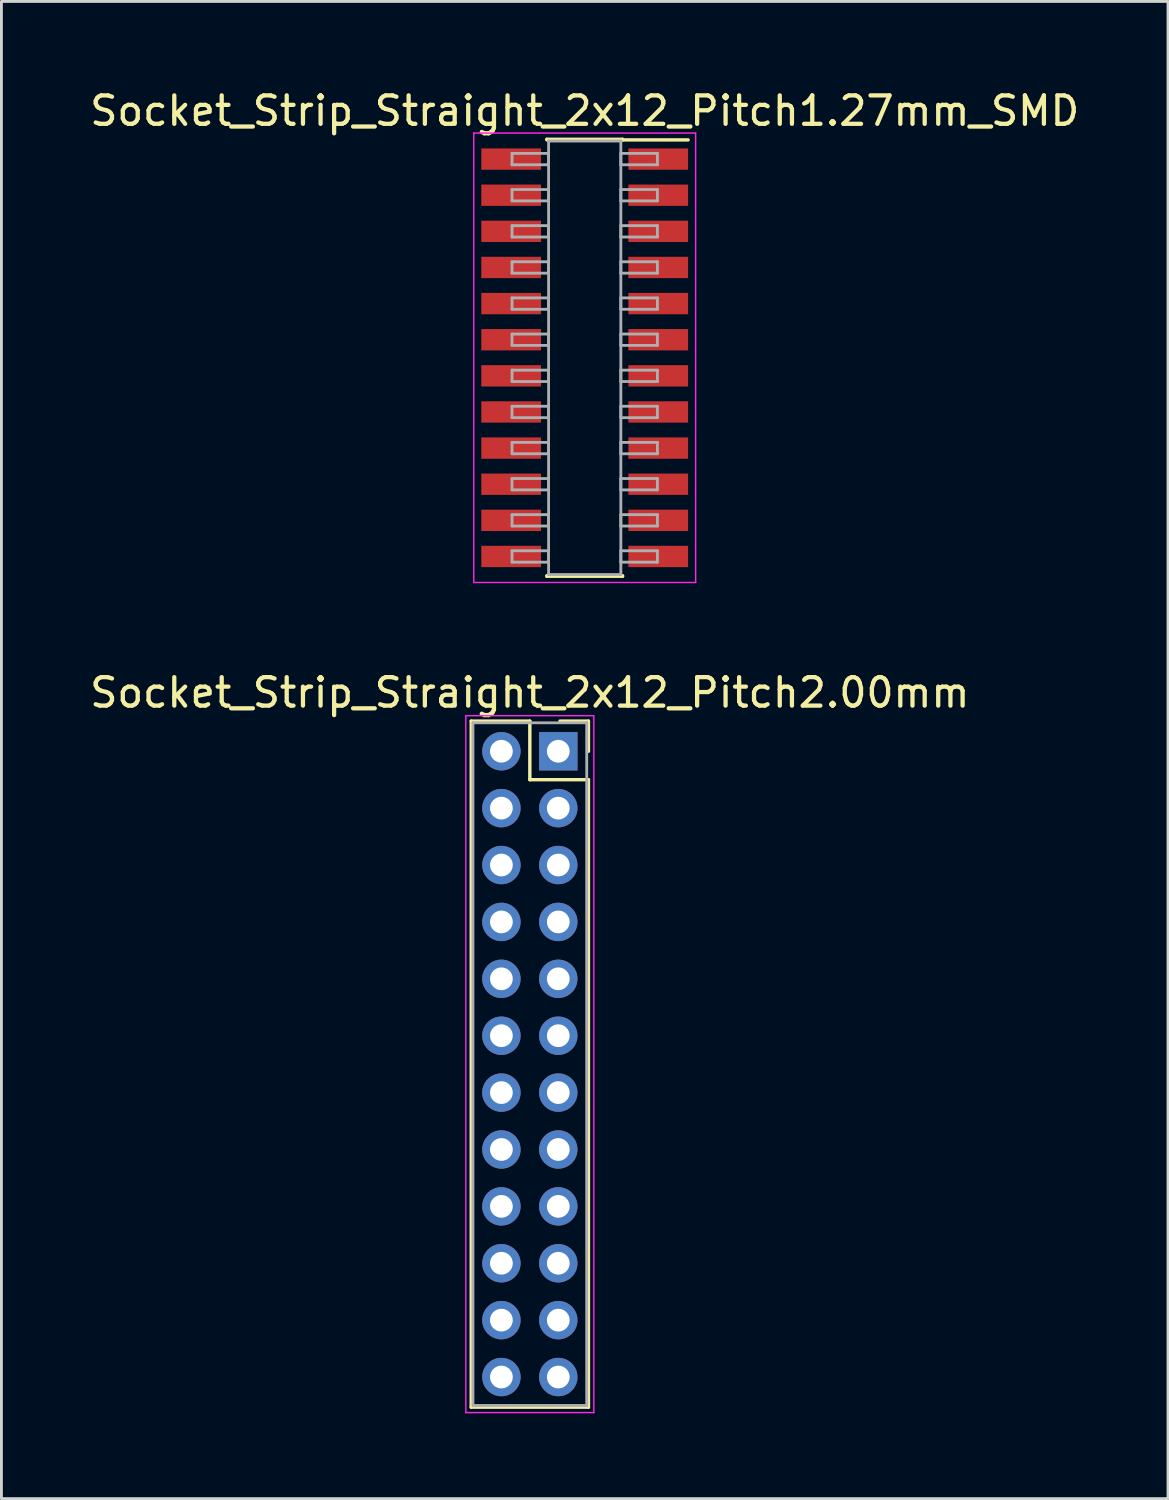
<source format=kicad_pcb>
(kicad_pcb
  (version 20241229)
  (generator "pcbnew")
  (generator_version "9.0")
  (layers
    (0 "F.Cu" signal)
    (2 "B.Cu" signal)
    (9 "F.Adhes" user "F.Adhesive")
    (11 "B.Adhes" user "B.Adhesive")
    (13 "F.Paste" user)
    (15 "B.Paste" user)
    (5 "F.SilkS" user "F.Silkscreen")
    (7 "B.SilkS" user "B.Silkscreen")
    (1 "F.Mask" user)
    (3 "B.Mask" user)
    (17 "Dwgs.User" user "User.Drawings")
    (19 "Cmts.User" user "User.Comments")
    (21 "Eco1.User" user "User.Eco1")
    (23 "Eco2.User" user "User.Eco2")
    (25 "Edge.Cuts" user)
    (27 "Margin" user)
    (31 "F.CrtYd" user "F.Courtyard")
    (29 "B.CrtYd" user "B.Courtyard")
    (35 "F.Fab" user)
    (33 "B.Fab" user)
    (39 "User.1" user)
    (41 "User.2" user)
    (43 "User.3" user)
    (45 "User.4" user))
  (footprint "Socket_Strip_Straight_2x12_Pitch2.00mm"
    (layer "F.Cu")
    (at 16.577 23.361)
    (property "Reference" "Socket_Strip_Straight_2x12_Pitch2.00mm" (at -1 -2.06 0) (layer "F.SilkS") (effects (font (size 1 1) (thickness 0.15))))
    (attr through_hole)
    (fp_line (start -3.06 -1.06) (end -1 -1.06) (stroke (width 0.12) (type solid)) (layer "F.SilkS"))
    (fp_line (start -3.06 23.06) (end -3.06 -1.06) (stroke (width 0.12) (type solid)) (layer "F.SilkS"))
    (fp_line (start -1 -1.06) (end -1 1) (stroke (width 0.12) (type solid)) (layer "F.SilkS"))
    (fp_line (start -1 1) (end 1.06 1) (stroke (width 0.12) (type solid)) (layer "F.SilkS"))
    (fp_line (start 1.06 -1.06) (end 0.06 -1.06) (stroke (width 0.12) (type solid)) (layer "F.SilkS"))
    (fp_line (start 1.06 0) (end 1.06 -1.06) (stroke (width 0.12) (type solid)) (layer "F.SilkS"))
    (fp_line (start 1.06 1) (end 1.06 23.06) (stroke (width 0.12) (type solid)) (layer "F.SilkS"))
    (fp_line (start 1.06 23.06) (end -3.06 23.06) (stroke (width 0.12) (type solid)) (layer "F.SilkS"))
    (fp_line (start -3.25 -1.25) (end -3.25 23.25) (stroke (width 0.05) (type solid)) (layer "F.CrtYd"))
    (fp_line (start -3.25 23.25) (end 1.25 23.25) (stroke (width 0.05) (type solid)) (layer "F.CrtYd"))
    (fp_line (start 1.25 -1.25) (end -3.25 -1.25) (stroke (width 0.05) (type solid)) (layer "F.CrtYd"))
    (fp_line (start 1.25 23.25) (end 1.25 -1.25) (stroke (width 0.05) (type solid)) (layer "F.CrtYd"))
    (fp_line (start -3 -1) (end -3 23) (stroke (width 0.1) (type solid)) (layer "F.Fab"))
    (fp_line (start -3 23) (end 1 23) (stroke (width 0.1) (type solid)) (layer "F.Fab"))
    (fp_line (start 1 -1) (end -3 -1) (stroke (width 0.1) (type solid)) (layer "F.Fab"))
    (fp_line (start 1 23) (end 1 -1) (stroke (width 0.1) (type solid)) (layer "F.Fab"))
    (pad "1" thru_hole rect (at 0 0) (size 1.35 1.35) (drill 0.8) (layers "*.Cu" "*.Mask"))
    (pad "2" thru_hole oval (at -2 0) (size 1.35 1.35) (drill 0.8) (layers "*.Cu" "*.Mask"))
    (pad "3" thru_hole oval (at 0 2) (size 1.35 1.35) (drill 0.8) (layers "*.Cu" "*.Mask"))
    (pad "4" thru_hole oval (at -2 2) (size 1.35 1.35) (drill 0.8) (layers "*.Cu" "*.Mask"))
    (pad "5" thru_hole oval (at 0 4) (size 1.35 1.35) (drill 0.8) (layers "*.Cu" "*.Mask"))
    (pad "6" thru_hole oval (at -2 4) (size 1.35 1.35) (drill 0.8) (layers "*.Cu" "*.Mask"))
    (pad "7" thru_hole oval (at 0 6) (size 1.35 1.35) (drill 0.8) (layers "*.Cu" "*.Mask"))
    (pad "8" thru_hole oval (at -2 6) (size 1.35 1.35) (drill 0.8) (layers "*.Cu" "*.Mask"))
    (pad "9" thru_hole oval (at 0 8) (size 1.35 1.35) (drill 0.8) (layers "*.Cu" "*.Mask"))
    (pad "10" thru_hole oval (at -2 8) (size 1.35 1.35) (drill 0.8) (layers "*.Cu" "*.Mask"))
    (pad "11" thru_hole oval (at 0 10) (size 1.35 1.35) (drill 0.8) (layers "*.Cu" "*.Mask"))
    (pad "12" thru_hole oval (at -2 10) (size 1.35 1.35) (drill 0.8) (layers "*.Cu" "*.Mask"))
    (pad "13" thru_hole oval (at 0 12) (size 1.35 1.35) (drill 0.8) (layers "*.Cu" "*.Mask"))
    (pad "14" thru_hole oval (at -2 12) (size 1.35 1.35) (drill 0.8) (layers "*.Cu" "*.Mask"))
    (pad "15" thru_hole oval (at 0 14) (size 1.35 1.35) (drill 0.8) (layers "*.Cu" "*.Mask"))
    (pad "16" thru_hole oval (at -2 14) (size 1.35 1.35) (drill 0.8) (layers "*.Cu" "*.Mask"))
    (pad "17" thru_hole oval (at 0 16) (size 1.35 1.35) (drill 0.8) (layers "*.Cu" "*.Mask"))
    (pad "18" thru_hole oval (at -2 16) (size 1.35 1.35) (drill 0.8) (layers "*.Cu" "*.Mask"))
    (pad "19" thru_hole oval (at 0 18) (size 1.35 1.35) (drill 0.8) (layers "*.Cu" "*.Mask"))
    (pad "20" thru_hole oval (at -2 18) (size 1.35 1.35) (drill 0.8) (layers "*.Cu" "*.Mask"))
    (pad "21" thru_hole oval (at 0 20) (size 1.35 1.35) (drill 0.8) (layers "*.Cu" "*.Mask"))
    (pad "22" thru_hole oval (at -2 20) (size 1.35 1.35) (drill 0.8) (layers "*.Cu" "*.Mask"))
    (pad "23" thru_hole oval (at 0 22) (size 1.35 1.35) (drill 0.8) (layers "*.Cu" "*.Mask"))
    (pad "24" thru_hole oval (at -2 22) (size 1.35 1.35) (drill 0.8) (layers "*.Cu" "*.Mask")))
  (footprint "Socket_Strip_Straight_2x12_Pitch1.27mm_SMD"
    (layer "F.Cu")
    (at 17.506 9.528)
    (property "Reference" "Socket_Strip_Straight_2x12_Pitch1.27mm_SMD" (at 0 -8.68 0) (layer "F.SilkS") (effects (font (size 1 1) (thickness 0.15))))
    (attr smd)
    (fp_line (start -1.33 -7.68) (end 1.33 -7.68) (stroke (width 0.12) (type solid)) (layer "F.SilkS"))
    (fp_line (start -1.33 -7.66) (end -1.33 -7.68) (stroke (width 0.12) (type solid)) (layer "F.SilkS"))
    (fp_line (start -1.33 7.66) (end -1.33 7.68) (stroke (width 0.12) (type solid)) (layer "F.SilkS"))
    (fp_line (start -1.33 7.68) (end 1.33 7.68) (stroke (width 0.12) (type solid)) (layer "F.SilkS"))
    (fp_line (start 1.33 -7.68) (end 1.33 -7.66) (stroke (width 0.12) (type solid)) (layer "F.SilkS"))
    (fp_line (start 1.33 7.68) (end 1.33 7.66) (stroke (width 0.12) (type solid)) (layer "F.SilkS"))
    (fp_line (start 3.635 -7.66) (end 1.33 -7.66) (stroke (width 0.12) (type solid)) (layer "F.SilkS"))
    (fp_line (start -3.9 -7.9) (end -3.9 7.9) (stroke (width 0.05) (type solid)) (layer "F.CrtYd"))
    (fp_line (start -3.9 7.9) (end 3.9 7.9) (stroke (width 0.05) (type solid)) (layer "F.CrtYd"))
    (fp_line (start 3.9 -7.9) (end -3.9 -7.9) (stroke (width 0.05) (type solid)) (layer "F.CrtYd"))
    (fp_line (start 3.9 7.9) (end 3.9 -7.9) (stroke (width 0.05) (type solid)) (layer "F.CrtYd"))
    (fp_line (start -2.555 -7.185) (end -1.27 -7.185) (stroke (width 0.1) (type solid)) (layer "F.Fab"))
    (fp_line (start -2.555 -6.785) (end -2.555 -7.185) (stroke (width 0.1) (type solid)) (layer "F.Fab"))
    (fp_line (start -2.555 -5.915) (end -1.27 -5.915) (stroke (width 0.1) (type solid)) (layer "F.Fab"))
    (fp_line (start -2.555 -5.515) (end -2.555 -5.915) (stroke (width 0.1) (type solid)) (layer "F.Fab"))
    (fp_line (start -2.555 -4.645) (end -1.27 -4.645) (stroke (width 0.1) (type solid)) (layer "F.Fab"))
    (fp_line (start -2.555 -4.245) (end -2.555 -4.645) (stroke (width 0.1) (type solid)) (layer "F.Fab"))
    (fp_line (start -2.555 -3.375) (end -1.27 -3.375) (stroke (width 0.1) (type solid)) (layer "F.Fab"))
    (fp_line (start -2.555 -2.975) (end -2.555 -3.375) (stroke (width 0.1) (type solid)) (layer "F.Fab"))
    (fp_line (start -2.555 -2.105) (end -1.27 -2.105) (stroke (width 0.1) (type solid)) (layer "F.Fab"))
    (fp_line (start -2.555 -1.705) (end -2.555 -2.105) (stroke (width 0.1) (type solid)) (layer "F.Fab"))
    (fp_line (start -2.555 -0.835) (end -1.27 -0.835) (stroke (width 0.1) (type solid)) (layer "F.Fab"))
    (fp_line (start -2.555 -0.435) (end -2.555 -0.835) (stroke (width 0.1) (type solid)) (layer "F.Fab"))
    (fp_line (start -2.555 0.435) (end -1.27 0.435) (stroke (width 0.1) (type solid)) (layer "F.Fab"))
    (fp_line (start -2.555 0.835) (end -2.555 0.435) (stroke (width 0.1) (type solid)) (layer "F.Fab"))
    (fp_line (start -2.555 1.705) (end -1.27 1.705) (stroke (width 0.1) (type solid)) (layer "F.Fab"))
    (fp_line (start -2.555 2.105) (end -2.555 1.705) (stroke (width 0.1) (type solid)) (layer "F.Fab"))
    (fp_line (start -2.555 2.975) (end -1.27 2.975) (stroke (width 0.1) (type solid)) (layer "F.Fab"))
    (fp_line (start -2.555 3.375) (end -2.555 2.975) (stroke (width 0.1) (type solid)) (layer "F.Fab"))
    (fp_line (start -2.555 4.245) (end -1.27 4.245) (stroke (width 0.1) (type solid)) (layer "F.Fab"))
    (fp_line (start -2.555 4.645) (end -2.555 4.245) (stroke (width 0.1) (type solid)) (layer "F.Fab"))
    (fp_line (start -2.555 5.515) (end -1.27 5.515) (stroke (width 0.1) (type solid)) (layer "F.Fab"))
    (fp_line (start -2.555 5.915) (end -2.555 5.515) (stroke (width 0.1) (type solid)) (layer "F.Fab"))
    (fp_line (start -2.555 6.785) (end -1.27 6.785) (stroke (width 0.1) (type solid)) (layer "F.Fab"))
    (fp_line (start -2.555 7.185) (end -2.555 6.785) (stroke (width 0.1) (type solid)) (layer "F.Fab"))
    (fp_line (start -1.27 -7.62) (end -1.27 7.62) (stroke (width 0.1) (type solid)) (layer "F.Fab"))
    (fp_line (start -1.27 -7.185) (end -1.27 -6.785) (stroke (width 0.1) (type solid)) (layer "F.Fab"))
    (fp_line (start -1.27 -6.785) (end -2.555 -6.785) (stroke (width 0.1) (type solid)) (layer "F.Fab"))
    (fp_line (start -1.27 -5.915) (end -1.27 -5.515) (stroke (width 0.1) (type solid)) (layer "F.Fab"))
    (fp_line (start -1.27 -5.515) (end -2.555 -5.515) (stroke (width 0.1) (type solid)) (layer "F.Fab"))
    (fp_line (start -1.27 -4.645) (end -1.27 -4.245) (stroke (width 0.1) (type solid)) (layer "F.Fab"))
    (fp_line (start -1.27 -4.245) (end -2.555 -4.245) (stroke (width 0.1) (type solid)) (layer "F.Fab"))
    (fp_line (start -1.27 -3.375) (end -1.27 -2.975) (stroke (width 0.1) (type solid)) (layer "F.Fab"))
    (fp_line (start -1.27 -2.975) (end -2.555 -2.975) (stroke (width 0.1) (type solid)) (layer "F.Fab"))
    (fp_line (start -1.27 -2.105) (end -1.27 -1.705) (stroke (width 0.1) (type solid)) (layer "F.Fab"))
    (fp_line (start -1.27 -1.705) (end -2.555 -1.705) (stroke (width 0.1) (type solid)) (layer "F.Fab"))
    (fp_line (start -1.27 -0.835) (end -1.27 -0.435) (stroke (width 0.1) (type solid)) (layer "F.Fab"))
    (fp_line (start -1.27 -0.435) (end -2.555 -0.435) (stroke (width 0.1) (type solid)) (layer "F.Fab"))
    (fp_line (start -1.27 0.435) (end -1.27 0.835) (stroke (width 0.1) (type solid)) (layer "F.Fab"))
    (fp_line (start -1.27 0.835) (end -2.555 0.835) (stroke (width 0.1) (type solid)) (layer "F.Fab"))
    (fp_line (start -1.27 1.705) (end -1.27 2.105) (stroke (width 0.1) (type solid)) (layer "F.Fab"))
    (fp_line (start -1.27 2.105) (end -2.555 2.105) (stroke (width 0.1) (type solid)) (layer "F.Fab"))
    (fp_line (start -1.27 2.975) (end -1.27 3.375) (stroke (width 0.1) (type solid)) (layer "F.Fab"))
    (fp_line (start -1.27 3.375) (end -2.555 3.375) (stroke (width 0.1) (type solid)) (layer "F.Fab"))
    (fp_line (start -1.27 4.245) (end -1.27 4.645) (stroke (width 0.1) (type solid)) (layer "F.Fab"))
    (fp_line (start -1.27 4.645) (end -2.555 4.645) (stroke (width 0.1) (type solid)) (layer "F.Fab"))
    (fp_line (start -1.27 5.515) (end -1.27 5.915) (stroke (width 0.1) (type solid)) (layer "F.Fab"))
    (fp_line (start -1.27 5.915) (end -2.555 5.915) (stroke (width 0.1) (type solid)) (layer "F.Fab"))
    (fp_line (start -1.27 6.785) (end -1.27 7.185) (stroke (width 0.1) (type solid)) (layer "F.Fab"))
    (fp_line (start -1.27 7.185) (end -2.555 7.185) (stroke (width 0.1) (type solid)) (layer "F.Fab"))
    (fp_line (start -1.27 7.62) (end 1.27 7.62) (stroke (width 0.1) (type solid)) (layer "F.Fab"))
    (fp_line (start 1.27 -7.62) (end -1.27 -7.62) (stroke (width 0.1) (type solid)) (layer "F.Fab"))
    (fp_line (start 1.27 -7.185) (end 1.27 -6.785) (stroke (width 0.1) (type solid)) (layer "F.Fab"))
    (fp_line (start 1.27 -6.785) (end 2.555 -6.785) (stroke (width 0.1) (type solid)) (layer "F.Fab"))
    (fp_line (start 1.27 -5.915) (end 1.27 -5.515) (stroke (width 0.1) (type solid)) (layer "F.Fab"))
    (fp_line (start 1.27 -5.515) (end 2.555 -5.515) (stroke (width 0.1) (type solid)) (layer "F.Fab"))
    (fp_line (start 1.27 -4.645) (end 1.27 -4.245) (stroke (width 0.1) (type solid)) (layer "F.Fab"))
    (fp_line (start 1.27 -4.245) (end 2.555 -4.245) (stroke (width 0.1) (type solid)) (layer "F.Fab"))
    (fp_line (start 1.27 -3.375) (end 1.27 -2.975) (stroke (width 0.1) (type solid)) (layer "F.Fab"))
    (fp_line (start 1.27 -2.975) (end 2.555 -2.975) (stroke (width 0.1) (type solid)) (layer "F.Fab"))
    (fp_line (start 1.27 -2.105) (end 1.27 -1.705) (stroke (width 0.1) (type solid)) (layer "F.Fab"))
    (fp_line (start 1.27 -1.705) (end 2.555 -1.705) (stroke (width 0.1) (type solid)) (layer "F.Fab"))
    (fp_line (start 1.27 -0.835) (end 1.27 -0.435) (stroke (width 0.1) (type solid)) (layer "F.Fab"))
    (fp_line (start 1.27 -0.435) (end 2.555 -0.435) (stroke (width 0.1) (type solid)) (layer "F.Fab"))
    (fp_line (start 1.27 0.435) (end 1.27 0.835) (stroke (width 0.1) (type solid)) (layer "F.Fab"))
    (fp_line (start 1.27 0.835) (end 2.555 0.835) (stroke (width 0.1) (type solid)) (layer "F.Fab"))
    (fp_line (start 1.27 1.705) (end 1.27 2.105) (stroke (width 0.1) (type solid)) (layer "F.Fab"))
    (fp_line (start 1.27 2.105) (end 2.555 2.105) (stroke (width 0.1) (type solid)) (layer "F.Fab"))
    (fp_line (start 1.27 2.975) (end 1.27 3.375) (stroke (width 0.1) (type solid)) (layer "F.Fab"))
    (fp_line (start 1.27 3.375) (end 2.555 3.375) (stroke (width 0.1) (type solid)) (layer "F.Fab"))
    (fp_line (start 1.27 4.245) (end 1.27 4.645) (stroke (width 0.1) (type solid)) (layer "F.Fab"))
    (fp_line (start 1.27 4.645) (end 2.555 4.645) (stroke (width 0.1) (type solid)) (layer "F.Fab"))
    (fp_line (start 1.27 5.515) (end 1.27 5.915) (stroke (width 0.1) (type solid)) (layer "F.Fab"))
    (fp_line (start 1.27 5.915) (end 2.555 5.915) (stroke (width 0.1) (type solid)) (layer "F.Fab"))
    (fp_line (start 1.27 6.785) (end 1.27 7.185) (stroke (width 0.1) (type solid)) (layer "F.Fab"))
    (fp_line (start 1.27 7.185) (end 2.555 7.185) (stroke (width 0.1) (type solid)) (layer "F.Fab"))
    (fp_line (start 1.27 7.62) (end 1.27 -7.62) (stroke (width 0.1) (type solid)) (layer "F.Fab"))
    (fp_line (start 2.555 -7.185) (end 1.27 -7.185) (stroke (width 0.1) (type solid)) (layer "F.Fab"))
    (fp_line (start 2.555 -6.785) (end 2.555 -7.185) (stroke (width 0.1) (type solid)) (layer "F.Fab"))
    (fp_line (start 2.555 -5.915) (end 1.27 -5.915) (stroke (width 0.1) (type solid)) (layer "F.Fab"))
    (fp_line (start 2.555 -5.515) (end 2.555 -5.915) (stroke (width 0.1) (type solid)) (layer "F.Fab"))
    (fp_line (start 2.555 -4.645) (end 1.27 -4.645) (stroke (width 0.1) (type solid)) (layer "F.Fab"))
    (fp_line (start 2.555 -4.245) (end 2.555 -4.645) (stroke (width 0.1) (type solid)) (layer "F.Fab"))
    (fp_line (start 2.555 -3.375) (end 1.27 -3.375) (stroke (width 0.1) (type solid)) (layer "F.Fab"))
    (fp_line (start 2.555 -2.975) (end 2.555 -3.375) (stroke (width 0.1) (type solid)) (layer "F.Fab"))
    (fp_line (start 2.555 -2.105) (end 1.27 -2.105) (stroke (width 0.1) (type solid)) (layer "F.Fab"))
    (fp_line (start 2.555 -1.705) (end 2.555 -2.105) (stroke (width 0.1) (type solid)) (layer "F.Fab"))
    (fp_line (start 2.555 -0.835) (end 1.27 -0.835) (stroke (width 0.1) (type solid)) (layer "F.Fab"))
    (fp_line (start 2.555 -0.435) (end 2.555 -0.835) (stroke (width 0.1) (type solid)) (layer "F.Fab"))
    (fp_line (start 2.555 0.435) (end 1.27 0.435) (stroke (width 0.1) (type solid)) (layer "F.Fab"))
    (fp_line (start 2.555 0.835) (end 2.555 0.435) (stroke (width 0.1) (type solid)) (layer "F.Fab"))
    (fp_line (start 2.555 1.705) (end 1.27 1.705) (stroke (width 0.1) (type solid)) (layer "F.Fab"))
    (fp_line (start 2.555 2.105) (end 2.555 1.705) (stroke (width 0.1) (type solid)) (layer "F.Fab"))
    (fp_line (start 2.555 2.975) (end 1.27 2.975) (stroke (width 0.1) (type solid)) (layer "F.Fab"))
    (fp_line (start 2.555 3.375) (end 2.555 2.975) (stroke (width 0.1) (type solid)) (layer "F.Fab"))
    (fp_line (start 2.555 4.245) (end 1.27 4.245) (stroke (width 0.1) (type solid)) (layer "F.Fab"))
    (fp_line (start 2.555 4.645) (end 2.555 4.245) (stroke (width 0.1) (type solid)) (layer "F.Fab"))
    (fp_line (start 2.555 5.515) (end 1.27 5.515) (stroke (width 0.1) (type solid)) (layer "F.Fab"))
    (fp_line (start 2.555 5.915) (end 2.555 5.515) (stroke (width 0.1) (type solid)) (layer "F.Fab"))
    (fp_line (start 2.555 6.785) (end 1.27 6.785) (stroke (width 0.1) (type solid)) (layer "F.Fab"))
    (fp_line (start 2.555 7.185) (end 2.555 6.785) (stroke (width 0.1) (type solid)) (layer "F.Fab"))
    (pad "1" smd rect (at 2.585 -6.985) (size 2.1 0.75) (layers "F.Cu" "F.Mask"))
    (pad "2" smd rect (at -2.585 -6.985) (size 2.1 0.75) (layers "F.Cu" "F.Mask"))
    (pad "3" smd rect (at 2.585 -5.715) (size 2.1 0.75) (layers "F.Cu" "F.Mask"))
    (pad "4" smd rect (at -2.585 -5.715) (size 2.1 0.75) (layers "F.Cu" "F.Mask"))
    (pad "5" smd rect (at 2.585 -4.445) (size 2.1 0.75) (layers "F.Cu" "F.Mask"))
    (pad "6" smd rect (at -2.585 -4.445) (size 2.1 0.75) (layers "F.Cu" "F.Mask"))
    (pad "7" smd rect (at 2.585 -3.175) (size 2.1 0.75) (layers "F.Cu" "F.Mask"))
    (pad "8" smd rect (at -2.585 -3.175) (size 2.1 0.75) (layers "F.Cu" "F.Mask"))
    (pad "9" smd rect (at 2.585 -1.905) (size 2.1 0.75) (layers "F.Cu" "F.Mask"))
    (pad "10" smd rect (at -2.585 -1.905) (size 2.1 0.75) (layers "F.Cu" "F.Mask"))
    (pad "11" smd rect (at 2.585 -0.635) (size 2.1 0.75) (layers "F.Cu" "F.Mask"))
    (pad "12" smd rect (at -2.585 -0.635) (size 2.1 0.75) (layers "F.Cu" "F.Mask"))
    (pad "13" smd rect (at 2.585 0.635) (size 2.1 0.75) (layers "F.Cu" "F.Mask"))
    (pad "14" smd rect (at -2.585 0.635) (size 2.1 0.75) (layers "F.Cu" "F.Mask"))
    (pad "15" smd rect (at 2.585 1.905) (size 2.1 0.75) (layers "F.Cu" "F.Mask"))
    (pad "16" smd rect (at -2.585 1.905) (size 2.1 0.75) (layers "F.Cu" "F.Mask"))
    (pad "17" smd rect (at 2.585 3.175) (size 2.1 0.75) (layers "F.Cu" "F.Mask"))
    (pad "18" smd rect (at -2.585 3.175) (size 2.1 0.75) (layers "F.Cu" "F.Mask"))
    (pad "19" smd rect (at 2.585 4.445) (size 2.1 0.75) (layers "F.Cu" "F.Mask"))
    (pad "20" smd rect (at -2.585 4.445) (size 2.1 0.75) (layers "F.Cu" "F.Mask"))
    (pad "21" smd rect (at 2.585 5.715) (size 2.1 0.75) (layers "F.Cu" "F.Mask"))
    (pad "22" smd rect (at -2.585 5.715) (size 2.1 0.75) (layers "F.Cu" "F.Mask"))
    (pad "23" smd rect (at 2.585 6.985) (size 2.1 0.75) (layers "F.Cu" "F.Mask"))
    (pad "24" smd rect (at -2.585 6.985) (size 2.1 0.75) (layers "F.Cu" "F.Mask")))
  (gr_rect
    (start -3 -3)
    (end 38.012 49.636)
    (stroke (width 0.1) (type default))
    (fill no)
    (layer "Edge.Cuts")))
</source>
